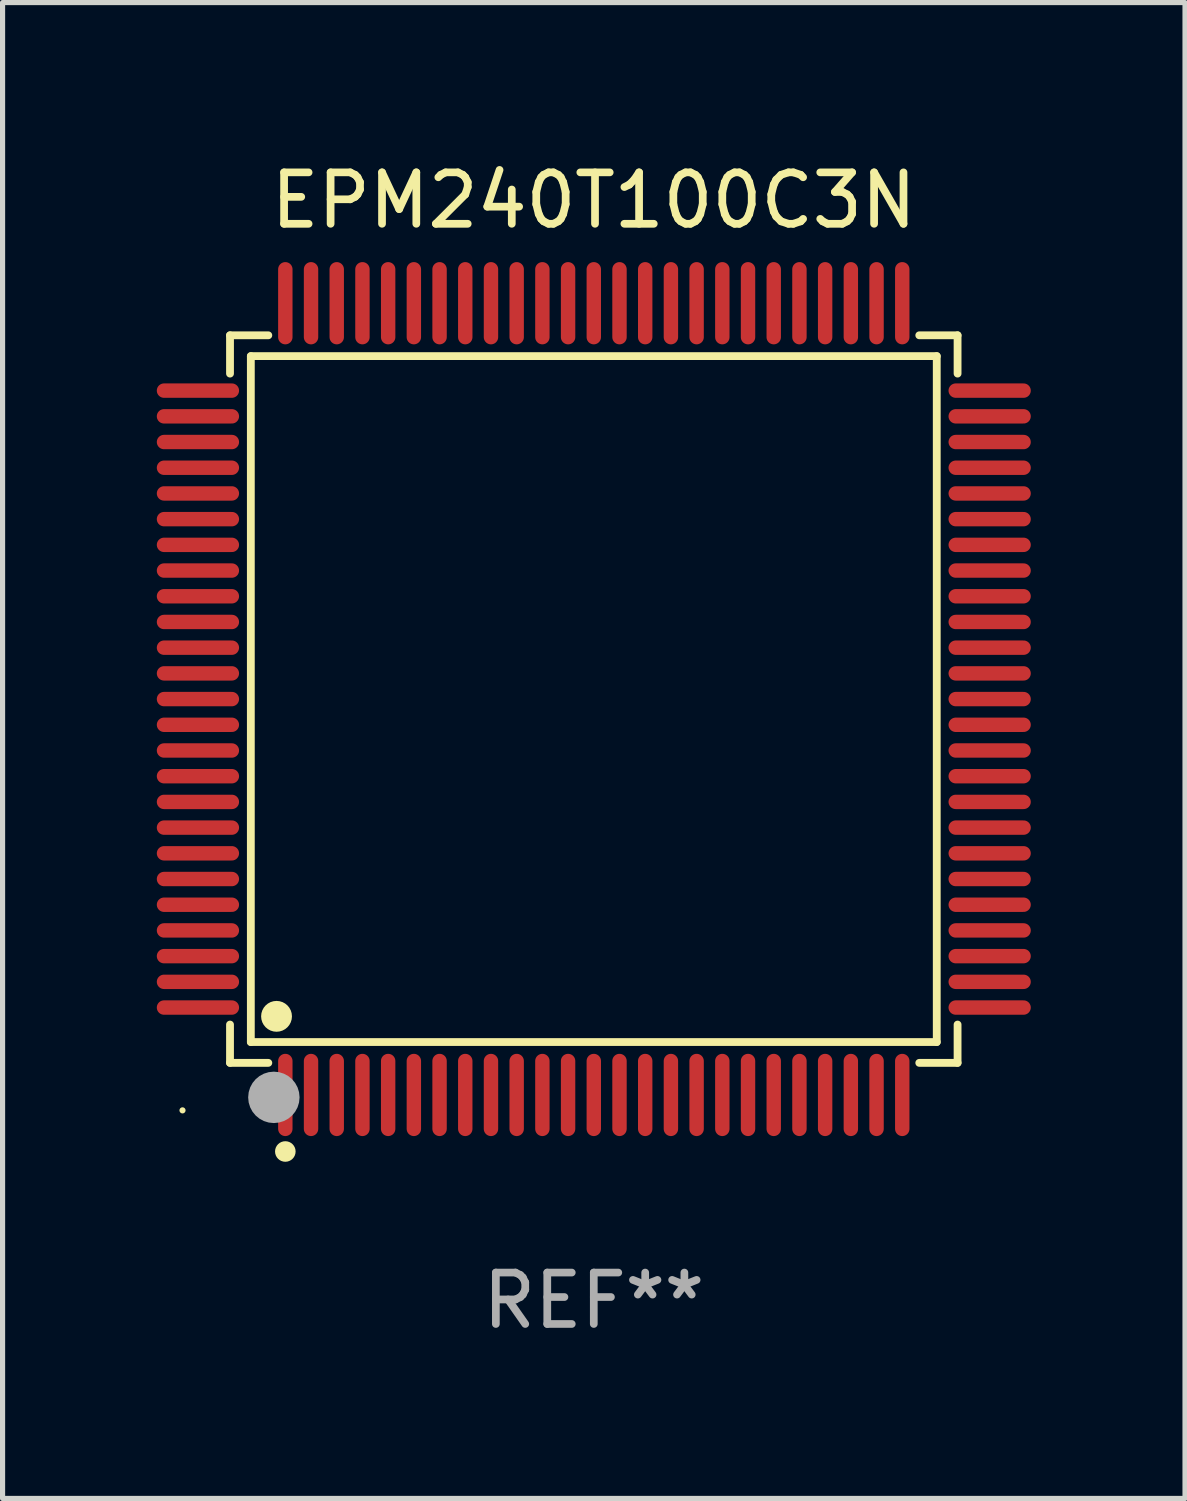
<source format=kicad_pcb>
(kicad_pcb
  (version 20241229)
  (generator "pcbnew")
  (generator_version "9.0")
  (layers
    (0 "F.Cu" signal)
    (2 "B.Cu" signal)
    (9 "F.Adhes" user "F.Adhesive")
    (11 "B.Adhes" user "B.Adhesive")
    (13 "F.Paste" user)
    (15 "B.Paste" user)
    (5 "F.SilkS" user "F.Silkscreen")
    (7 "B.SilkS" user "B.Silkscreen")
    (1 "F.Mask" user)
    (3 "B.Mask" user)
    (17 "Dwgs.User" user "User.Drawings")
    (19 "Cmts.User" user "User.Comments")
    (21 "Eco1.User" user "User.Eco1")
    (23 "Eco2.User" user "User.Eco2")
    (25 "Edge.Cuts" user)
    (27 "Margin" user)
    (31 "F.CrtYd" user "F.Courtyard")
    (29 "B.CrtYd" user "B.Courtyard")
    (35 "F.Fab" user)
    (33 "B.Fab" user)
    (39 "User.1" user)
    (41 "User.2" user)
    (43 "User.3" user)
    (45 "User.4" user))
  (footprint "EPM240T100C3N"
    (layer "F.Cu")
    (at 8.5 10.548)
    (property "Reference" "EPM240T100C3N" (at 0 -9.7 0) (layer "F.SilkS") (effects (font (size 1 1) (thickness 0.15))))
    (attr through_hole)
    (fp_line (start -7.076 -7.076) (end -6.331 -7.076) (stroke (width 0.152) (type solid)) (layer "F.SilkS"))
    (fp_line (start -7.076 -6.331) (end -7.076 -7.076) (stroke (width 0.152) (type solid)) (layer "F.SilkS"))
    (fp_line (start -7.076 6.331) (end -7.076 7.076) (stroke (width 0.152) (type solid)) (layer "F.SilkS"))
    (fp_line (start -7.076 7.076) (end -6.331 7.076) (stroke (width 0.152) (type solid)) (layer "F.SilkS"))
    (fp_line (start -6.671 -6.671) (end 6.671 -6.671) (stroke (width 0.152) (type solid)) (layer "F.SilkS"))
    (fp_line (start -6.671 6.671) (end -6.671 -6.671) (stroke (width 0.152) (type solid)) (layer "F.SilkS"))
    (fp_line (start 6.671 -6.671) (end 6.671 6.671) (stroke (width 0.152) (type solid)) (layer "F.SilkS"))
    (fp_line (start 6.671 6.671) (end -6.671 6.671) (stroke (width 0.152) (type solid)) (layer "F.SilkS"))
    (fp_line (start 7.076 -7.076) (end 6.331 -7.076) (stroke (width 0.152) (type solid)) (layer "F.SilkS"))
    (fp_line (start 7.076 -6.331) (end 7.076 -7.076) (stroke (width 0.152) (type solid)) (layer "F.SilkS"))
    (fp_line (start 7.076 6.331) (end 7.076 7.076) (stroke (width 0.152) (type solid)) (layer "F.SilkS"))
    (fp_line (start 7.076 7.076) (end 6.331 7.076) (stroke (width 0.152) (type solid)) (layer "F.SilkS"))
    (fp_circle (center -8 8) (end -7.97 8) (stroke (width 0.06) (type solid)) (fill no) (layer "F.SilkS"))
    (fp_circle (center -6.171 6.171) (end -6.021 6.171) (stroke (width 0.3) (type solid)) (fill no) (layer "F.SilkS"))
    (fp_circle (center -6 8.8) (end -5.9 8.8) (stroke (width 0.2) (type solid)) (fill no) (layer "F.SilkS"))
    (fp_circle (center -6.223 7.747) (end -5.973 7.747) (stroke (width 0.5) (type solid)) (fill no) (layer "F.Fab"))
    (fp_text user "REF**" (at 0 11.7 0) (layer "F.Fab") (effects (font (size 1 1) (thickness 0.15))))
    (pad "1" smd oval (at -6 7.7) (size 0.28 1.6) (layers "F.Cu" "F.Mask" "F.Paste"))
    (pad "2" smd oval (at -5.5 7.7) (size 0.28 1.6) (layers "F.Cu" "F.Mask" "F.Paste"))
    (pad "3" smd oval (at -5 7.7) (size 0.28 1.6) (layers "F.Cu" "F.Mask" "F.Paste"))
    (pad "4" smd oval (at -4.5 7.7) (size 0.28 1.6) (layers "F.Cu" "F.Mask" "F.Paste"))
    (pad "5" smd oval (at -4 7.7) (size 0.28 1.6) (layers "F.Cu" "F.Mask" "F.Paste"))
    (pad "6" smd oval (at -3.5 7.7) (size 0.28 1.6) (layers "F.Cu" "F.Mask" "F.Paste"))
    (pad "7" smd oval (at -3 7.7) (size 0.28 1.6) (layers "F.Cu" "F.Mask" "F.Paste"))
    (pad "8" smd oval (at -2.5 7.7) (size 0.28 1.6) (layers "F.Cu" "F.Mask" "F.Paste"))
    (pad "9" smd oval (at -2 7.7) (size 0.28 1.6) (layers "F.Cu" "F.Mask" "F.Paste"))
    (pad "10" smd oval (at -1.5 7.7) (size 0.28 1.6) (layers "F.Cu" "F.Mask" "F.Paste"))
    (pad "11" smd oval (at -1 7.7) (size 0.28 1.6) (layers "F.Cu" "F.Mask" "F.Paste"))
    (pad "12" smd oval (at -0.5 7.7) (size 0.28 1.6) (layers "F.Cu" "F.Mask" "F.Paste"))
    (pad "13" smd oval (at 0 7.7) (size 0.28 1.6) (layers "F.Cu" "F.Mask" "F.Paste"))
    (pad "14" smd oval (at 0.5 7.7) (size 0.28 1.6) (layers "F.Cu" "F.Mask" "F.Paste"))
    (pad "15" smd oval (at 1 7.7) (size 0.28 1.6) (layers "F.Cu" "F.Mask" "F.Paste"))
    (pad "16" smd oval (at 1.5 7.7) (size 0.28 1.6) (layers "F.Cu" "F.Mask" "F.Paste"))
    (pad "17" smd oval (at 2 7.7) (size 0.28 1.6) (layers "F.Cu" "F.Mask" "F.Paste"))
    (pad "18" smd oval (at 2.5 7.7) (size 0.28 1.6) (layers "F.Cu" "F.Mask" "F.Paste"))
    (pad "19" smd oval (at 3 7.7) (size 0.28 1.6) (layers "F.Cu" "F.Mask" "F.Paste"))
    (pad "20" smd oval (at 3.5 7.7) (size 0.28 1.6) (layers "F.Cu" "F.Mask" "F.Paste"))
    (pad "21" smd oval (at 4 7.7) (size 0.28 1.6) (layers "F.Cu" "F.Mask" "F.Paste"))
    (pad "22" smd oval (at 4.5 7.7) (size 0.28 1.6) (layers "F.Cu" "F.Mask" "F.Paste"))
    (pad "23" smd oval (at 5 7.7) (size 0.28 1.6) (layers "F.Cu" "F.Mask" "F.Paste"))
    (pad "24" smd oval (at 5.5 7.7) (size 0.28 1.6) (layers "F.Cu" "F.Mask" "F.Paste"))
    (pad "25" smd oval (at 6 7.7) (size 0.28 1.6) (layers "F.Cu" "F.Mask" "F.Paste"))
    (pad "26" smd oval (at 7.7 6) (size 1.6 0.28) (layers "F.Cu" "F.Mask" "F.Paste"))
    (pad "27" smd oval (at 7.7 5.5) (size 1.6 0.28) (layers "F.Cu" "F.Mask" "F.Paste"))
    (pad "28" smd oval (at 7.7 5) (size 1.6 0.28) (layers "F.Cu" "F.Mask" "F.Paste"))
    (pad "29" smd oval (at 7.7 4.5) (size 1.6 0.28) (layers "F.Cu" "F.Mask" "F.Paste"))
    (pad "30" smd oval (at 7.7 4) (size 1.6 0.28) (layers "F.Cu" "F.Mask" "F.Paste"))
    (pad "31" smd oval (at 7.7 3.5) (size 1.6 0.28) (layers "F.Cu" "F.Mask" "F.Paste"))
    (pad "32" smd oval (at 7.7 3) (size 1.6 0.28) (layers "F.Cu" "F.Mask" "F.Paste"))
    (pad "33" smd oval (at 7.7 2.5) (size 1.6 0.28) (layers "F.Cu" "F.Mask" "F.Paste"))
    (pad "34" smd oval (at 7.7 2) (size 1.6 0.28) (layers "F.Cu" "F.Mask" "F.Paste"))
    (pad "35" smd oval (at 7.7 1.5) (size 1.6 0.28) (layers "F.Cu" "F.Mask" "F.Paste"))
    (pad "36" smd oval (at 7.7 1) (size 1.6 0.28) (layers "F.Cu" "F.Mask" "F.Paste"))
    (pad "37" smd oval (at 7.7 0.5) (size 1.6 0.28) (layers "F.Cu" "F.Mask" "F.Paste"))
    (pad "38" smd oval (at 7.7 0) (size 1.6 0.28) (layers "F.Cu" "F.Mask" "F.Paste"))
    (pad "39" smd oval (at 7.7 -0.5) (size 1.6 0.28) (layers "F.Cu" "F.Mask" "F.Paste"))
    (pad "40" smd oval (at 7.7 -1) (size 1.6 0.28) (layers "F.Cu" "F.Mask" "F.Paste"))
    (pad "41" smd oval (at 7.7 -1.5) (size 1.6 0.28) (layers "F.Cu" "F.Mask" "F.Paste"))
    (pad "42" smd oval (at 7.7 -2) (size 1.6 0.28) (layers "F.Cu" "F.Mask" "F.Paste"))
    (pad "43" smd oval (at 7.7 -2.5) (size 1.6 0.28) (layers "F.Cu" "F.Mask" "F.Paste"))
    (pad "44" smd oval (at 7.7 -3) (size 1.6 0.28) (layers "F.Cu" "F.Mask" "F.Paste"))
    (pad "45" smd oval (at 7.7 -3.5) (size 1.6 0.28) (layers "F.Cu" "F.Mask" "F.Paste"))
    (pad "46" smd oval (at 7.7 -4) (size 1.6 0.28) (layers "F.Cu" "F.Mask" "F.Paste"))
    (pad "47" smd oval (at 7.7 -4.5) (size 1.6 0.28) (layers "F.Cu" "F.Mask" "F.Paste"))
    (pad "48" smd oval (at 7.7 -5) (size 1.6 0.28) (layers "F.Cu" "F.Mask" "F.Paste"))
    (pad "49" smd oval (at 7.7 -5.5) (size 1.6 0.28) (layers "F.Cu" "F.Mask" "F.Paste"))
    (pad "50" smd oval (at 7.7 -6) (size 1.6 0.28) (layers "F.Cu" "F.Mask" "F.Paste"))
    (pad "51" smd oval (at 6 -7.7) (size 0.28 1.6) (layers "F.Cu" "F.Mask" "F.Paste"))
    (pad "52" smd oval (at 5.5 -7.7) (size 0.28 1.6) (layers "F.Cu" "F.Mask" "F.Paste"))
    (pad "53" smd oval (at 5 -7.7) (size 0.28 1.6) (layers "F.Cu" "F.Mask" "F.Paste"))
    (pad "54" smd oval (at 4.5 -7.7) (size 0.28 1.6) (layers "F.Cu" "F.Mask" "F.Paste"))
    (pad "55" smd oval (at 4 -7.7) (size 0.28 1.6) (layers "F.Cu" "F.Mask" "F.Paste"))
    (pad "56" smd oval (at 3.5 -7.7) (size 0.28 1.6) (layers "F.Cu" "F.Mask" "F.Paste"))
    (pad "57" smd oval (at 3 -7.7) (size 0.28 1.6) (layers "F.Cu" "F.Mask" "F.Paste"))
    (pad "58" smd oval (at 2.5 -7.7) (size 0.28 1.6) (layers "F.Cu" "F.Mask" "F.Paste"))
    (pad "59" smd oval (at 2 -7.7) (size 0.28 1.6) (layers "F.Cu" "F.Mask" "F.Paste"))
    (pad "60" smd oval (at 1.5 -7.7) (size 0.28 1.6) (layers "F.Cu" "F.Mask" "F.Paste"))
    (pad "61" smd oval (at 1 -7.7) (size 0.28 1.6) (layers "F.Cu" "F.Mask" "F.Paste"))
    (pad "62" smd oval (at 0.5 -7.7) (size 0.28 1.6) (layers "F.Cu" "F.Mask" "F.Paste"))
    (pad "63" smd oval (at 0 -7.7) (size 0.28 1.6) (layers "F.Cu" "F.Mask" "F.Paste"))
    (pad "64" smd oval (at -0.5 -7.7) (size 0.28 1.6) (layers "F.Cu" "F.Mask" "F.Paste"))
    (pad "65" smd oval (at -1 -7.7) (size 0.28 1.6) (layers "F.Cu" "F.Mask" "F.Paste"))
    (pad "66" smd oval (at -1.5 -7.7) (size 0.28 1.6) (layers "F.Cu" "F.Mask" "F.Paste"))
    (pad "67" smd oval (at -2 -7.7) (size 0.28 1.6) (layers "F.Cu" "F.Mask" "F.Paste"))
    (pad "68" smd oval (at -2.5 -7.7) (size 0.28 1.6) (layers "F.Cu" "F.Mask" "F.Paste"))
    (pad "69" smd oval (at -3 -7.7) (size 0.28 1.6) (layers "F.Cu" "F.Mask" "F.Paste"))
    (pad "70" smd oval (at -3.5 -7.7) (size 0.28 1.6) (layers "F.Cu" "F.Mask" "F.Paste"))
    (pad "71" smd oval (at -4 -7.7) (size 0.28 1.6) (layers "F.Cu" "F.Mask" "F.Paste"))
    (pad "72" smd oval (at -4.5 -7.7) (size 0.28 1.6) (layers "F.Cu" "F.Mask" "F.Paste"))
    (pad "73" smd oval (at -5 -7.7) (size 0.28 1.6) (layers "F.Cu" "F.Mask" "F.Paste"))
    (pad "74" smd oval (at -5.5 -7.7) (size 0.28 1.6) (layers "F.Cu" "F.Mask" "F.Paste"))
    (pad "75" smd oval (at -6 -7.7) (size 0.28 1.6) (layers "F.Cu" "F.Mask" "F.Paste"))
    (pad "76" smd oval (at -7.7 -6) (size 1.6 0.28) (layers "F.Cu" "F.Mask" "F.Paste"))
    (pad "77" smd oval (at -7.7 -5.5) (size 1.6 0.28) (layers "F.Cu" "F.Mask" "F.Paste"))
    (pad "78" smd oval (at -7.7 -5) (size 1.6 0.28) (layers "F.Cu" "F.Mask" "F.Paste"))
    (pad "79" smd oval (at -7.7 -4.5) (size 1.6 0.28) (layers "F.Cu" "F.Mask" "F.Paste"))
    (pad "80" smd oval (at -7.7 -4) (size 1.6 0.28) (layers "F.Cu" "F.Mask" "F.Paste"))
    (pad "81" smd oval (at -7.7 -3.5) (size 1.6 0.28) (layers "F.Cu" "F.Mask" "F.Paste"))
    (pad "82" smd oval (at -7.7 -3) (size 1.6 0.28) (layers "F.Cu" "F.Mask" "F.Paste"))
    (pad "83" smd oval (at -7.7 -2.5) (size 1.6 0.28) (layers "F.Cu" "F.Mask" "F.Paste"))
    (pad "84" smd oval (at -7.7 -2) (size 1.6 0.28) (layers "F.Cu" "F.Mask" "F.Paste"))
    (pad "85" smd oval (at -7.7 -1.5) (size 1.6 0.28) (layers "F.Cu" "F.Mask" "F.Paste"))
    (pad "86" smd oval (at -7.7 -1) (size 1.6 0.28) (layers "F.Cu" "F.Mask" "F.Paste"))
    (pad "87" smd oval (at -7.7 -0.5) (size 1.6 0.28) (layers "F.Cu" "F.Mask" "F.Paste"))
    (pad "88" smd oval (at -7.7 0) (size 1.6 0.28) (layers "F.Cu" "F.Mask" "F.Paste"))
    (pad "89" smd oval (at -7.7 0.5) (size 1.6 0.28) (layers "F.Cu" "F.Mask" "F.Paste"))
    (pad "90" smd oval (at -7.7 1) (size 1.6 0.28) (layers "F.Cu" "F.Mask" "F.Paste"))
    (pad "91" smd oval (at -7.7 1.5) (size 1.6 0.28) (layers "F.Cu" "F.Mask" "F.Paste"))
    (pad "92" smd oval (at -7.7 2) (size 1.6 0.28) (layers "F.Cu" "F.Mask" "F.Paste"))
    (pad "93" smd oval (at -7.7 2.5) (size 1.6 0.28) (layers "F.Cu" "F.Mask" "F.Paste"))
    (pad "94" smd oval (at -7.7 3) (size 1.6 0.28) (layers "F.Cu" "F.Mask" "F.Paste"))
    (pad "95" smd oval (at -7.7 3.5) (size 1.6 0.28) (layers "F.Cu" "F.Mask" "F.Paste"))
    (pad "96" smd oval (at -7.7 4) (size 1.6 0.28) (layers "F.Cu" "F.Mask" "F.Paste"))
    (pad "97" smd oval (at -7.7 4.5) (size 1.6 0.28) (layers "F.Cu" "F.Mask" "F.Paste"))
    (pad "98" smd oval (at -7.7 5) (size 1.6 0.28) (layers "F.Cu" "F.Mask" "F.Paste"))
    (pad "99" smd oval (at -7.7 5.5) (size 1.6 0.28) (layers "F.Cu" "F.Mask" "F.Paste"))
    (pad "100" smd oval (at -7.7 6) (size 1.6 0.28) (layers "F.Cu" "F.Mask" "F.Paste")))
  (gr_rect
    (start -3 -3)
    (end 20 26.097)
    (stroke (width 0.1) (type default))
    (fill no)
    (layer "Edge.Cuts")))
</source>
